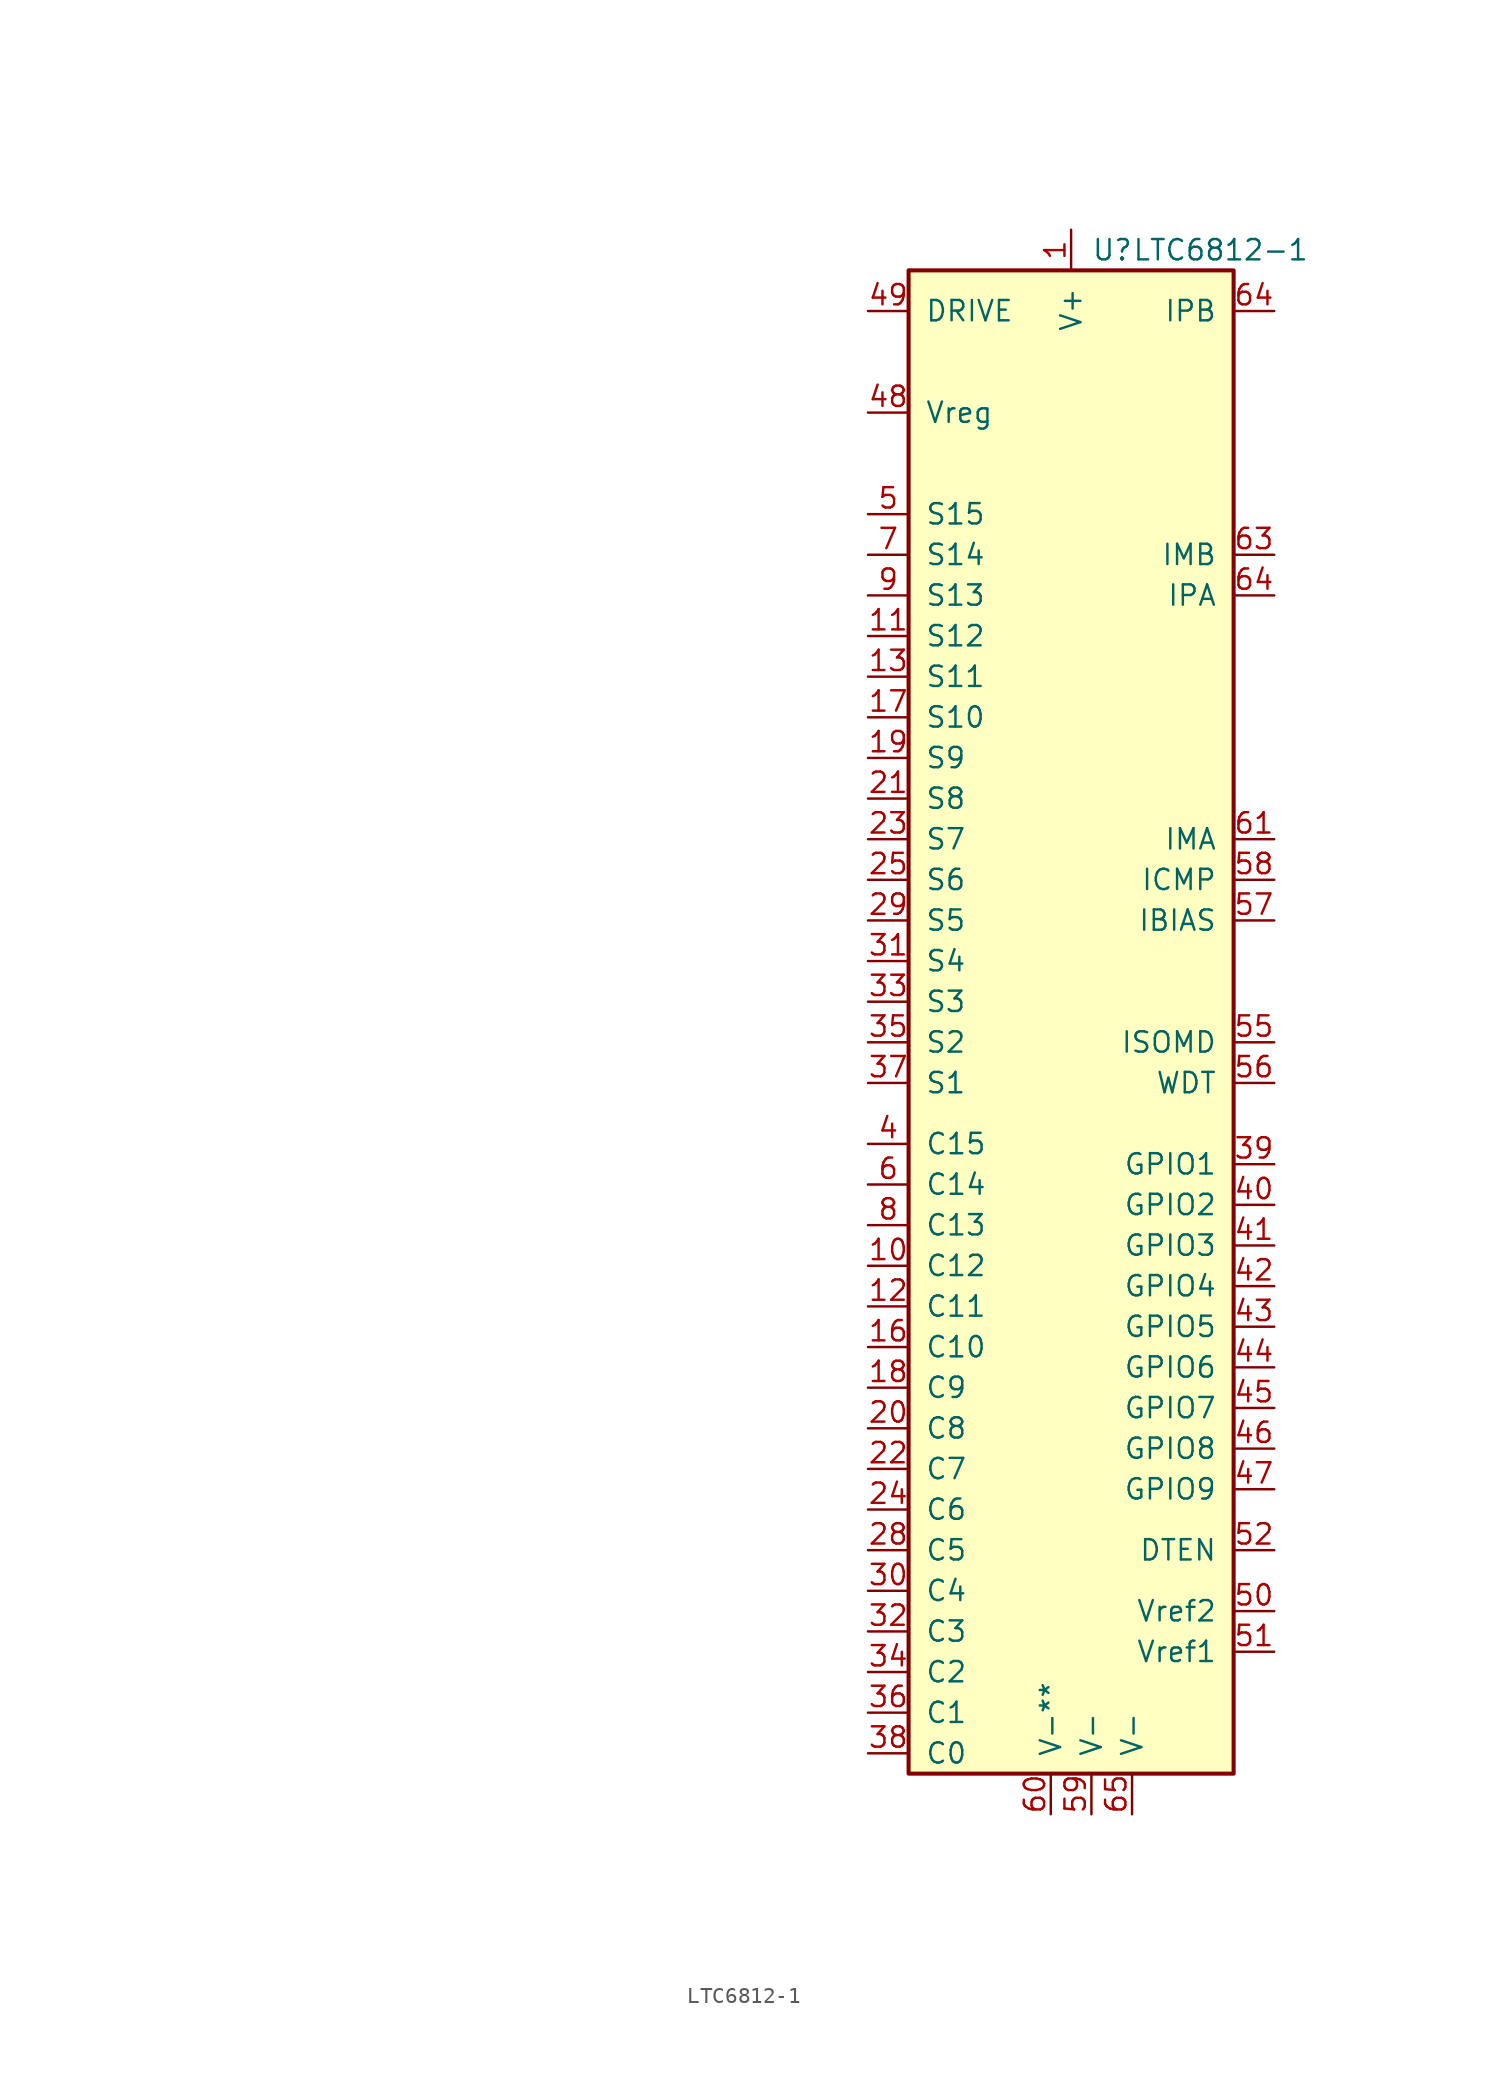
<source format=kicad_sym>
(kicad_symbol_lib
  (version 20231120)
  (generator "kicad_symbol_editor")
  (generator_version "8.0")
  (symbol "LTC6812-1"
    (pin_names
      (offset 1.016))
    (property "Reference" "U"
      (at 1.27 54.61 0)
      (effects (font (size 1.27 1.27)) (justify left)))
    (property "Value" "LTC6812-1"
      (at 3.81 54.61 0)
      (effects (font (size 1.27 1.27)) (justify left)))
    (symbol "LTC6812-1_0_0"
      (pin bidirectional line (at 12.7 12.7 180) (length 2.54) (name "IBIAS" (effects (font (size 1.27 1.27)))) (number "57" (effects (font (size 1.27 1.27)))))
      (pin bidirectional line (at 12.7 15.24 180) (length 2.54) (name "ICMP" (effects (font (size 1.27 1.27)))) (number "58" (effects (font (size 1.27 1.27)))))
      (pin bidirectional line (at 12.7 35.56 180) (length 2.54) (name "IMB" (effects (font (size 1.27 1.27)))) (number "63" (effects (font (size 1.27 1.27)))))
      (pin bidirectional line (at 12.7 50.8 180) (length 2.54) (name "IPB" (effects (font (size 1.27 1.27)))) (number "64" (effects (font (size 1.27 1.27))))))
    (symbol "LTC6812-1_0_1"
      (rectangle (start -10.16 53.34) (end 10.16 -40.64) (stroke (width 0.254) (type default)) (fill (type background))))
    (symbol "LTC6812-1_1_1"
      (pin power_in line (at 0 55.88 270) (length 2.54) (name "V+" (effects (font (size 1.27 1.27)))) (number "1" (effects (font (size 1.27 1.27)))))
      (pin input line (at -12.7 -8.89 0) (length 2.54) (name "C12" (effects (font (size 1.27 1.27)))) (number "10" (effects (font (size 1.27 1.27)))))
      (pin bidirectional line (at -12.7 30.48 0) (length 2.54) (name "S12" (effects (font (size 1.27 1.27)))) (number "11" (effects (font (size 1.27 1.27)))))
      (pin input line (at -12.7 -11.43 0) (length 2.54) (name "C11" (effects (font (size 1.27 1.27)))) (number "12" (effects (font (size 1.27 1.27)))))
      (pin bidirectional line (at -12.7 27.94 0) (length 2.54) (name "S11" (effects (font (size 1.27 1.27)))) (number "13" (effects (font (size 1.27 1.27)))))
      (pin no_connect line (at -55.88 -22.86 0) (length 2.54) hide (name "NC" (effects (font (size 1.27 1.27)))) (number "14" (effects (font (size 1.27 1.27)))))
      (pin no_connect line (at -55.88 -25.4 0) (length 2.54) hide (name "NC" (effects (font (size 1.27 1.27)))) (number "15" (effects (font (size 1.27 1.27)))))
      (pin input line (at -12.7 -13.97 0) (length 2.54) (name "C10" (effects (font (size 1.27 1.27)))) (number "16" (effects (font (size 1.27 1.27)))))
      (pin bidirectional line (at -12.7 25.4 0) (length 2.54) (name "S10" (effects (font (size 1.27 1.27)))) (number "17" (effects (font (size 1.27 1.27)))))
      (pin input line (at -12.7 -16.51 0) (length 2.54) (name "C9" (effects (font (size 1.27 1.27)))) (number "18" (effects (font (size 1.27 1.27)))))
      (pin bidirectional line (at -12.7 22.86 0) (length 2.54) (name "S9" (effects (font (size 1.27 1.27)))) (number "19" (effects (font (size 1.27 1.27)))))
      (pin no_connect line (at -55.88 -17.78 0) (length 2.54) hide (name "NC" (effects (font (size 1.27 1.27)))) (number "2" (effects (font (size 1.27 1.27)))))
      (pin input line (at -12.7 -19.05 0) (length 2.54) (name "C8" (effects (font (size 1.27 1.27)))) (number "20" (effects (font (size 1.27 1.27)))))
      (pin bidirectional line (at -12.7 20.32 0) (length 2.54) (name "S8" (effects (font (size 1.27 1.27)))) (number "21" (effects (font (size 1.27 1.27)))))
      (pin input line (at -12.7 -21.59 0) (length 2.54) (name "C7" (effects (font (size 1.27 1.27)))) (number "22" (effects (font (size 1.27 1.27)))))
      (pin bidirectional line (at -12.7 17.78 0) (length 2.54) (name "S7" (effects (font (size 1.27 1.27)))) (number "23" (effects (font (size 1.27 1.27)))))
      (pin input line (at -12.7 -24.13 0) (length 2.54) (name "C6" (effects (font (size 1.27 1.27)))) (number "24" (effects (font (size 1.27 1.27)))))
      (pin bidirectional line (at -12.7 15.24 0) (length 2.54) (name "S6" (effects (font (size 1.27 1.27)))) (number "25" (effects (font (size 1.27 1.27)))))
      (pin no_connect line (at -55.88 -27.94 0) (length 2.54) hide (name "NC" (effects (font (size 1.27 1.27)))) (number "26" (effects (font (size 1.27 1.27)))))
      (pin no_connect line (at -55.88 -30.48 0) (length 2.54) hide (name "NC" (effects (font (size 1.27 1.27)))) (number "27" (effects (font (size 1.27 1.27)))))
      (pin input line (at -12.7 -26.67 0) (length 2.54) (name "C5" (effects (font (size 1.27 1.27)))) (number "28" (effects (font (size 1.27 1.27)))))
      (pin bidirectional line (at -12.7 12.7 0) (length 2.54) (name "S5" (effects (font (size 1.27 1.27)))) (number "29" (effects (font (size 1.27 1.27)))))
      (pin no_connect line (at -55.88 -20.32 0) (length 2.54) hide (name "NC" (effects (font (size 1.27 1.27)))) (number "3" (effects (font (size 1.27 1.27)))))
      (pin input line (at -12.7 -29.21 0) (length 2.54) (name "C4" (effects (font (size 1.27 1.27)))) (number "30" (effects (font (size 1.27 1.27)))))
      (pin bidirectional line (at -12.7 10.16 0) (length 2.54) (name "S4" (effects (font (size 1.27 1.27)))) (number "31" (effects (font (size 1.27 1.27)))))
      (pin input line (at -12.7 -31.75 0) (length 2.54) (name "C3" (effects (font (size 1.27 1.27)))) (number "32" (effects (font (size 1.27 1.27)))))
      (pin bidirectional line (at -12.7 7.62 0) (length 2.54) (name "S3" (effects (font (size 1.27 1.27)))) (number "33" (effects (font (size 1.27 1.27)))))
      (pin input line (at -12.7 -34.29 0) (length 2.54) (name "C2" (effects (font (size 1.27 1.27)))) (number "34" (effects (font (size 1.27 1.27)))))
      (pin bidirectional line (at -12.7 5.08 0) (length 2.54) (name "S2" (effects (font (size 1.27 1.27)))) (number "35" (effects (font (size 1.27 1.27)))))
      (pin input line (at -12.7 -36.83 0) (length 2.54) (name "C1" (effects (font (size 1.27 1.27)))) (number "36" (effects (font (size 1.27 1.27)))))
      (pin bidirectional line (at -12.7 2.54 0) (length 2.54) (name "S1" (effects (font (size 1.27 1.27)))) (number "37" (effects (font (size 1.27 1.27)))))
      (pin input line (at -12.7 -39.37 0) (length 2.54) (name "C0" (effects (font (size 1.27 1.27)))) (number "38" (effects (font (size 1.27 1.27)))))
      (pin bidirectional line (at 12.7 -2.54 180) (length 2.54) (name "GPIO1" (effects (font (size 1.27 1.27)))) (number "39" (effects (font (size 1.27 1.27)))))
      (pin input line (at -12.7 -1.27 0) (length 2.54) (name "C15" (effects (font (size 1.27 1.27)))) (number "4" (effects (font (size 1.27 1.27)))))
      (pin bidirectional line (at 12.7 -5.08 180) (length 2.54) (name "GPIO2" (effects (font (size 1.27 1.27)))) (number "40" (effects (font (size 1.27 1.27)))))
      (pin bidirectional line (at 12.7 -7.62 180) (length 2.54) (name "GPIO3" (effects (font (size 1.27 1.27)))) (number "41" (effects (font (size 1.27 1.27)))))
      (pin bidirectional line (at 12.7 -10.16 180) (length 2.54) (name "GPIO4" (effects (font (size 1.27 1.27)))) (number "42" (effects (font (size 1.27 1.27)))))
      (pin bidirectional line (at 12.7 -12.7 180) (length 2.54) (name "GPIO5" (effects (font (size 1.27 1.27)))) (number "43" (effects (font (size 1.27 1.27)))))
      (pin bidirectional line (at 12.7 -15.24 180) (length 2.54) (name "GPIO6" (effects (font (size 1.27 1.27)))) (number "44" (effects (font (size 1.27 1.27)))))
      (pin bidirectional line (at 12.7 -17.78 180) (length 2.54) (name "GPIO7" (effects (font (size 1.27 1.27)))) (number "45" (effects (font (size 1.27 1.27)))))
      (pin bidirectional line (at 12.7 -20.32 180) (length 2.54) (name "GPIO8" (effects (font (size 1.27 1.27)))) (number "46" (effects (font (size 1.27 1.27)))))
      (pin bidirectional line (at 12.7 -22.86 180) (length 2.54) (name "GPIO9" (effects (font (size 1.27 1.27)))) (number "47" (effects (font (size 1.27 1.27)))))
      (pin input line (at -12.7 44.45 0) (length 2.54) (name "Vreg" (effects (font (size 1.27 1.27)))) (number "48" (effects (font (size 1.27 1.27)))))
      (pin output line (at -12.7 50.8 0) (length 2.54) (name "DRIVE" (effects (font (size 1.27 1.27)))) (number "49" (effects (font (size 1.27 1.27)))))
      (pin bidirectional line (at -12.7 38.1 0) (length 2.54) (name "S15" (effects (font (size 1.27 1.27)))) (number "5" (effects (font (size 1.27 1.27)))))
      (pin output line (at 12.7 -30.48 180) (length 2.54) (name "Vref2" (effects (font (size 1.27 1.27)))) (number "50" (effects (font (size 1.27 1.27)))))
      (pin output line (at 12.7 -33.02 180) (length 2.54) (name "Vref1" (effects (font (size 1.27 1.27)))) (number "51" (effects (font (size 1.27 1.27)))))
      (pin input line (at 12.7 -26.67 180) (length 2.54) (name "DTEN" (effects (font (size 1.27 1.27)))) (number "52" (effects (font (size 1.27 1.27)))))
      (pin no_connect line (at -55.88 -33.02 0) (length 2.54) hide (name "NC" (effects (font (size 1.27 1.27)))) (number "53" (effects (font (size 1.27 1.27)))))
      (pin no_connect line (at -55.88 -35.56 0) (length 2.54) hide (name "NC" (effects (font (size 1.27 1.27)))) (number "54" (effects (font (size 1.27 1.27)))))
      (pin input line (at 12.7 5.08 180) (length 2.54) (name "ISOMD" (effects (font (size 1.27 1.27)))) (number "55" (effects (font (size 1.27 1.27)))))
      (pin output line (at 12.7 2.54 180) (length 2.54) (name "WDT" (effects (font (size 1.27 1.27)))) (number "56" (effects (font (size 1.27 1.27)))))
      (pin power_in line (at 1.27 -43.18 90) (length 2.54) (name "V-" (effects (font (size 1.27 1.27)))) (number "59" (effects (font (size 1.27 1.27)))))
      (pin input line (at -12.7 -3.81 0) (length 2.54) (name "C14" (effects (font (size 1.27 1.27)))) (number "6" (effects (font (size 1.27 1.27)))))
      (pin power_in line (at -1.27 -43.18 90) (length 2.54) (name "V-**" (effects (font (size 1.27 1.27)))) (number "60" (effects (font (size 1.27 1.27)))))
      (pin bidirectional line (at 12.7 17.78 180) (length 2.54) (name "IMA" (effects (font (size 1.27 1.27)))) (number "61" (effects (font (size 1.27 1.27)))))
      (pin bidirectional line (at 12.7 33.02 180) (length 2.54) (name "IPA" (effects (font (size 1.27 1.27)))) (number "64" (effects (font (size 1.27 1.27)))))
      (pin power_in line (at 3.81 -43.18 90) (length 2.54) (name "V-" (effects (font (size 1.27 1.27)))) (number "65" (effects (font (size 1.27 1.27)))))
      (pin bidirectional line (at -12.7 35.56 0) (length 2.54) (name "S14" (effects (font (size 1.27 1.27)))) (number "7" (effects (font (size 1.27 1.27)))))
      (pin input line (at -12.7 -6.35 0) (length 2.54) (name "C13" (effects (font (size 1.27 1.27)))) (number "8" (effects (font (size 1.27 1.27)))))
      (pin bidirectional line (at -12.7 33.02 0) (length 2.54) (name "S13" (effects (font (size 1.27 1.27)))) (number "9" (effects (font (size 1.27 1.27))))))))
</source>
